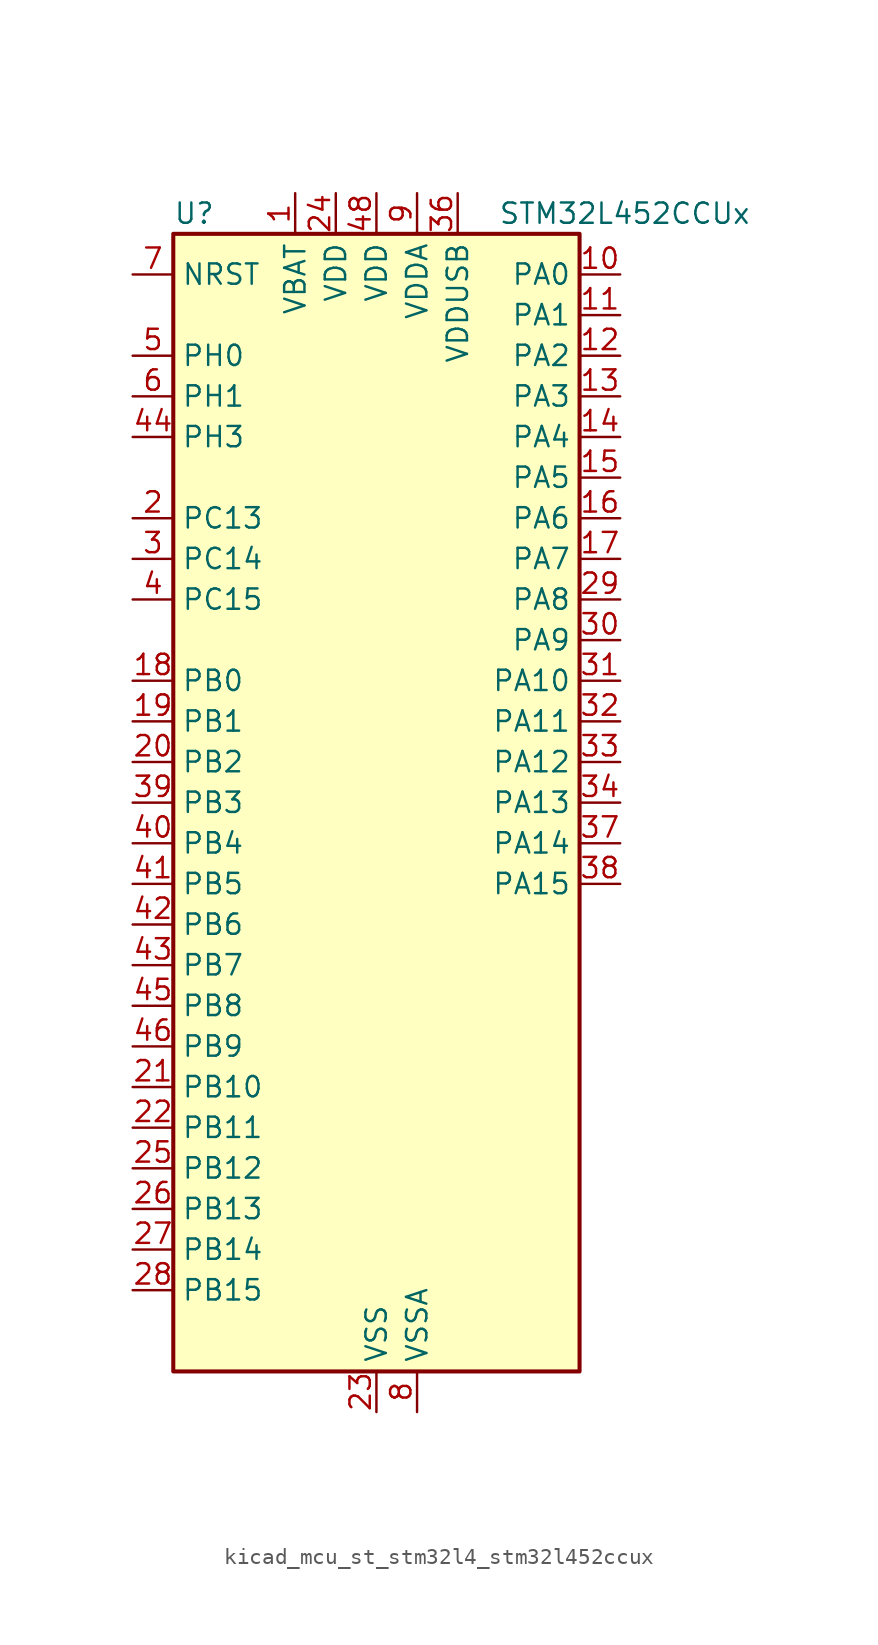
<source format=kicad_sym>
(kicad_symbol_lib
  (version 20220914)
  (generator kicad_symbol_editor)
  (symbol "kicad_mcu_st_stm32l4_stm32l452ccux"
    (property "Reference" "U"
      (at -12.7 36.83 0)
      (effects (font (size 1.27 1.27)) (justify left)))
    (property "Value" "STM32L452CCUx"
      (at 7.62 36.83 0)
      (effects (font (size 1.27 1.27)) (justify left)))
    (property "ki_locked" ""
      (at 0 0 0)
      (effects (font (size 1.27 1.27))))
    (symbol "kicad_mcu_st_stm32l4_stm32l452ccux_0_1"
      (rectangle (start -12.7 -35.56) (end 12.7 35.56) (stroke (width 0.254) (type default)) (fill (type background))))
    (symbol "kicad_mcu_st_stm32l4_stm32l452ccux_1_1"
      (pin power_in line (at -5.08 38.1 270) (length 2.54) (name "VBAT" (effects (font (size 1.27 1.27)))) (number "1" (effects (font (size 1.27 1.27)))))
      (pin bidirectional line (at 15.24 33.02 180) (length 2.54) (name "PA0" (effects (font (size 1.27 1.27)))) (number "10" (effects (font (size 1.27 1.27)))) (alternate "ADC1_IN5" bidirectional line) (alternate "COMP1_INM" bidirectional line) (alternate "COMP1_OUT" bidirectional line) (alternate "OPAMP1_VINP" bidirectional line) (alternate "RTC_TAMP2" bidirectional line) (alternate "SAI1_EXTCLK" bidirectional line) (alternate "SYS_WKUP1" bidirectional line) (alternate "TIM2_CH1" bidirectional line) (alternate "TIM2_ETR" bidirectional line) (alternate "UART4_TX" bidirectional line) (alternate "USART2_CTS" bidirectional line))
      (pin bidirectional line (at 15.24 30.48 180) (length 2.54) (name "PA1" (effects (font (size 1.27 1.27)))) (number "11" (effects (font (size 1.27 1.27)))) (alternate "ADC1_IN6" bidirectional line) (alternate "COMP1_INP" bidirectional line) (alternate "I2C1_SMBA" bidirectional line) (alternate "OPAMP1_VINM" bidirectional line) (alternate "SPI1_SCK" bidirectional line) (alternate "TIM15_CH1N" bidirectional line) (alternate "TIM2_CH2" bidirectional line) (alternate "UART4_RX" bidirectional line) (alternate "USART2_DE" bidirectional line) (alternate "USART2_RTS" bidirectional line))
      (pin bidirectional line (at 15.24 27.94 180) (length 2.54) (name "PA2" (effects (font (size 1.27 1.27)))) (number "12" (effects (font (size 1.27 1.27)))) (alternate "ADC1_IN7" bidirectional line) (alternate "COMP2_INM" bidirectional line) (alternate "COMP2_OUT" bidirectional line) (alternate "LPUART1_TX" bidirectional line) (alternate "QUADSPI_BK1_NCS" bidirectional line) (alternate "RCC_LSCO" bidirectional line) (alternate "SYS_WKUP4" bidirectional line) (alternate "TIM15_CH1" bidirectional line) (alternate "TIM2_CH3" bidirectional line) (alternate "USART2_TX" bidirectional line))
      (pin bidirectional line (at 15.24 25.4 180) (length 2.54) (name "PA3" (effects (font (size 1.27 1.27)))) (number "13" (effects (font (size 1.27 1.27)))) (alternate "ADC1_IN8" bidirectional line) (alternate "COMP2_INP" bidirectional line) (alternate "LPUART1_RX" bidirectional line) (alternate "OPAMP1_VOUT" bidirectional line) (alternate "QUADSPI_CLK" bidirectional line) (alternate "SAI1_MCLK_A" bidirectional line) (alternate "TIM15_CH2" bidirectional line) (alternate "TIM2_CH4" bidirectional line) (alternate "USART2_RX" bidirectional line))
      (pin bidirectional line (at 15.24 22.86 180) (length 2.54) (name "PA4" (effects (font (size 1.27 1.27)))) (number "14" (effects (font (size 1.27 1.27)))) (alternate "ADC1_IN9" bidirectional line) (alternate "COMP1_INM" bidirectional line) (alternate "COMP2_INM" bidirectional line) (alternate "DAC1_OUT1" bidirectional line) (alternate "LPTIM2_OUT" bidirectional line) (alternate "SAI1_FS_B" bidirectional line) (alternate "SPI1_NSS" bidirectional line) (alternate "SPI3_NSS" bidirectional line) (alternate "USART2_CK" bidirectional line))
      (pin bidirectional line (at 15.24 20.32 180) (length 2.54) (name "PA5" (effects (font (size 1.27 1.27)))) (number "15" (effects (font (size 1.27 1.27)))) (alternate "ADC1_IN10" bidirectional line) (alternate "COMP1_INM" bidirectional line) (alternate "COMP2_INM" bidirectional line) (alternate "DFSDM1_CKOUT" bidirectional line) (alternate "LPTIM2_ETR" bidirectional line) (alternate "SPI1_SCK" bidirectional line) (alternate "TIM2_CH1" bidirectional line) (alternate "TIM2_ETR" bidirectional line))
      (pin bidirectional line (at 15.24 17.78 180) (length 2.54) (name "PA6" (effects (font (size 1.27 1.27)))) (number "16" (effects (font (size 1.27 1.27)))) (alternate "ADC1_IN11" bidirectional line) (alternate "COMP1_OUT" bidirectional line) (alternate "LPUART1_CTS" bidirectional line) (alternate "QUADSPI_BK1_IO3" bidirectional line) (alternate "SPI1_MISO" bidirectional line) (alternate "TIM16_CH1" bidirectional line) (alternate "TIM1_BKIN" bidirectional line) (alternate "TIM1_BKIN_COMP2" bidirectional line) (alternate "TIM3_CH1" bidirectional line) (alternate "USART3_CTS" bidirectional line))
      (pin bidirectional line (at 15.24 15.24 180) (length 2.54) (name "PA7" (effects (font (size 1.27 1.27)))) (number "17" (effects (font (size 1.27 1.27)))) (alternate "ADC1_IN12" bidirectional line) (alternate "COMP2_OUT" bidirectional line) (alternate "DFSDM1_DATIN0" bidirectional line) (alternate "I2C3_SCL" bidirectional line) (alternate "QUADSPI_BK1_IO2" bidirectional line) (alternate "SPI1_MOSI" bidirectional line) (alternate "TIM1_CH1N" bidirectional line) (alternate "TIM3_CH2" bidirectional line))
      (pin bidirectional line (at -15.24 7.62 0) (length 2.54) (name "PB0" (effects (font (size 1.27 1.27)))) (number "18" (effects (font (size 1.27 1.27)))) (alternate "ADC1_IN15" bidirectional line) (alternate "COMP1_OUT" bidirectional line) (alternate "DFSDM1_CKIN0" bidirectional line) (alternate "QUADSPI_BK1_IO1" bidirectional line) (alternate "SAI1_EXTCLK" bidirectional line) (alternate "SPI1_NSS" bidirectional line) (alternate "TIM1_CH2N" bidirectional line) (alternate "TIM3_CH3" bidirectional line) (alternate "USART3_CK" bidirectional line))
      (pin bidirectional line (at -15.24 5.08 0) (length 2.54) (name "PB1" (effects (font (size 1.27 1.27)))) (number "19" (effects (font (size 1.27 1.27)))) (alternate "ADC1_IN16" bidirectional line) (alternate "COMP1_INM" bidirectional line) (alternate "DFSDM1_DATIN0" bidirectional line) (alternate "LPTIM2_IN1" bidirectional line) (alternate "LPUART1_DE" bidirectional line) (alternate "LPUART1_RTS" bidirectional line) (alternate "QUADSPI_BK1_IO0" bidirectional line) (alternate "TIM1_CH3N" bidirectional line) (alternate "TIM3_CH4" bidirectional line) (alternate "USART3_DE" bidirectional line) (alternate "USART3_RTS" bidirectional line))
      (pin bidirectional line (at -15.24 17.78 0) (length 2.54) (name "PC13" (effects (font (size 1.27 1.27)))) (number "2" (effects (font (size 1.27 1.27)))) (alternate "RTC_OUT_ALARM" bidirectional line) (alternate "RTC_OUT_CALIB" bidirectional line) (alternate "RTC_TAMP1" bidirectional line) (alternate "RTC_TS" bidirectional line) (alternate "SYS_WKUP2" bidirectional line))
      (pin bidirectional line (at -15.24 2.54 0) (length 2.54) (name "PB2" (effects (font (size 1.27 1.27)))) (number "20" (effects (font (size 1.27 1.27)))) (alternate "COMP1_INP" bidirectional line) (alternate "DFSDM1_CKIN0" bidirectional line) (alternate "I2C3_SMBA" bidirectional line) (alternate "LPTIM1_OUT" bidirectional line) (alternate "RTC_OUT_ALARM" bidirectional line) (alternate "RTC_OUT_CALIB" bidirectional line))
      (pin bidirectional line (at -15.24 -17.78 0) (length 2.54) (name "PB10" (effects (font (size 1.27 1.27)))) (number "21" (effects (font (size 1.27 1.27)))) (alternate "COMP1_OUT" bidirectional line) (alternate "I2C2_SCL" bidirectional line) (alternate "I2C4_SCL" bidirectional line) (alternate "LPUART1_RX" bidirectional line) (alternate "QUADSPI_CLK" bidirectional line) (alternate "SAI1_SCK_A" bidirectional line) (alternate "SPI2_SCK" bidirectional line) (alternate "TIM2_CH3" bidirectional line) (alternate "TSC_SYNC" bidirectional line) (alternate "USART3_TX" bidirectional line))
      (pin bidirectional line (at -15.24 -20.32 0) (length 2.54) (name "PB11" (effects (font (size 1.27 1.27)))) (number "22" (effects (font (size 1.27 1.27)))) (alternate "ADC1_EXTI11" bidirectional line) (alternate "COMP2_OUT" bidirectional line) (alternate "I2C2_SDA" bidirectional line) (alternate "I2C4_SDA" bidirectional line) (alternate "LPUART1_TX" bidirectional line) (alternate "QUADSPI_BK1_NCS" bidirectional line) (alternate "TIM2_CH4" bidirectional line) (alternate "USART3_RX" bidirectional line))
      (pin power_in line (at 0 -38.1 90) (length 2.54) (name "VSS" (effects (font (size 1.27 1.27)))) (number "23" (effects (font (size 1.27 1.27)))))
      (pin power_in line (at -2.54 38.1 270) (length 2.54) (name "VDD" (effects (font (size 1.27 1.27)))) (number "24" (effects (font (size 1.27 1.27)))))
      (pin bidirectional line (at -15.24 -22.86 0) (length 2.54) (name "PB12" (effects (font (size 1.27 1.27)))) (number "25" (effects (font (size 1.27 1.27)))) (alternate "CAN1_RX" bidirectional line) (alternate "DFSDM1_DATIN1" bidirectional line) (alternate "I2C2_SMBA" bidirectional line) (alternate "LPUART1_DE" bidirectional line) (alternate "LPUART1_RTS" bidirectional line) (alternate "SAI1_FS_A" bidirectional line) (alternate "SPI2_NSS" bidirectional line) (alternate "TIM15_BKIN" bidirectional line) (alternate "TIM1_BKIN" bidirectional line) (alternate "TIM1_BKIN_COMP2" bidirectional line) (alternate "TSC_G1_IO1" bidirectional line) (alternate "USART3_CK" bidirectional line))
      (pin bidirectional line (at -15.24 -25.4 0) (length 2.54) (name "PB13" (effects (font (size 1.27 1.27)))) (number "26" (effects (font (size 1.27 1.27)))) (alternate "CAN1_TX" bidirectional line) (alternate "DFSDM1_CKIN1" bidirectional line) (alternate "I2C2_SCL" bidirectional line) (alternate "LPUART1_CTS" bidirectional line) (alternate "SAI1_SCK_A" bidirectional line) (alternate "SPI2_SCK" bidirectional line) (alternate "TIM15_CH1N" bidirectional line) (alternate "TIM1_CH1N" bidirectional line) (alternate "TSC_G1_IO2" bidirectional line) (alternate "USART3_CTS" bidirectional line))
      (pin bidirectional line (at -15.24 -27.94 0) (length 2.54) (name "PB14" (effects (font (size 1.27 1.27)))) (number "27" (effects (font (size 1.27 1.27)))) (alternate "DFSDM1_DATIN2" bidirectional line) (alternate "I2C2_SDA" bidirectional line) (alternate "SAI1_MCLK_A" bidirectional line) (alternate "SPI2_MISO" bidirectional line) (alternate "TIM15_CH1" bidirectional line) (alternate "TIM1_CH2N" bidirectional line) (alternate "TSC_G1_IO3" bidirectional line) (alternate "USART3_DE" bidirectional line) (alternate "USART3_RTS" bidirectional line))
      (pin bidirectional line (at -15.24 -30.48 0) (length 2.54) (name "PB15" (effects (font (size 1.27 1.27)))) (number "28" (effects (font (size 1.27 1.27)))) (alternate "ADC1_EXTI15" bidirectional line) (alternate "DFSDM1_CKIN2" bidirectional line) (alternate "RTC_REFIN" bidirectional line) (alternate "SAI1_SD_A" bidirectional line) (alternate "SPI2_MOSI" bidirectional line) (alternate "TIM15_CH2" bidirectional line) (alternate "TIM1_CH3N" bidirectional line) (alternate "TSC_G1_IO4" bidirectional line))
      (pin bidirectional line (at 15.24 12.7 180) (length 2.54) (name "PA8" (effects (font (size 1.27 1.27)))) (number "29" (effects (font (size 1.27 1.27)))) (alternate "DFSDM1_CKIN1" bidirectional line) (alternate "LPTIM2_OUT" bidirectional line) (alternate "RCC_MCO" bidirectional line) (alternate "SAI1_SCK_A" bidirectional line) (alternate "TIM1_CH1" bidirectional line) (alternate "USART1_CK" bidirectional line))
      (pin bidirectional line (at -15.24 15.24 0) (length 2.54) (name "PC14" (effects (font (size 1.27 1.27)))) (number "3" (effects (font (size 1.27 1.27)))) (alternate "RCC_OSC32_IN" bidirectional line))
      (pin bidirectional line (at 15.24 10.16 180) (length 2.54) (name "PA9" (effects (font (size 1.27 1.27)))) (number "30" (effects (font (size 1.27 1.27)))) (alternate "DAC1_EXTI9" bidirectional line) (alternate "DFSDM1_DATIN1" bidirectional line) (alternate "I2C1_SCL" bidirectional line) (alternate "SAI1_FS_A" bidirectional line) (alternate "TIM15_BKIN" bidirectional line) (alternate "TIM1_CH2" bidirectional line) (alternate "USART1_TX" bidirectional line))
      (pin bidirectional line (at 15.24 7.62 180) (length 2.54) (name "PA10" (effects (font (size 1.27 1.27)))) (number "31" (effects (font (size 1.27 1.27)))) (alternate "CRS_SYNC" bidirectional line) (alternate "I2C1_SDA" bidirectional line) (alternate "SAI1_SD_A" bidirectional line) (alternate "TIM1_CH3" bidirectional line) (alternate "USART1_RX" bidirectional line))
      (pin bidirectional line (at 15.24 5.08 180) (length 2.54) (name "PA11" (effects (font (size 1.27 1.27)))) (number "32" (effects (font (size 1.27 1.27)))) (alternate "ADC1_EXTI11" bidirectional line) (alternate "CAN1_RX" bidirectional line) (alternate "COMP1_OUT" bidirectional line) (alternate "SPI1_MISO" bidirectional line) (alternate "TIM1_BKIN2" bidirectional line) (alternate "TIM1_BKIN2_COMP1" bidirectional line) (alternate "TIM1_CH4" bidirectional line) (alternate "USART1_CTS" bidirectional line) (alternate "USB_DM" bidirectional line))
      (pin bidirectional line (at 15.24 2.54 180) (length 2.54) (name "PA12" (effects (font (size 1.27 1.27)))) (number "33" (effects (font (size 1.27 1.27)))) (alternate "CAN1_TX" bidirectional line) (alternate "SPI1_MOSI" bidirectional line) (alternate "TIM1_ETR" bidirectional line) (alternate "USART1_DE" bidirectional line) (alternate "USART1_RTS" bidirectional line) (alternate "USB_DP" bidirectional line))
      (pin bidirectional line (at 15.24 0 180) (length 2.54) (name "PA13" (effects (font (size 1.27 1.27)))) (number "34" (effects (font (size 1.27 1.27)))) (alternate "IR_OUT" bidirectional line) (alternate "SAI1_SD_B" bidirectional line) (alternate "SYS_JTMS-SWDIO" bidirectional line) (alternate "USB_NOE" bidirectional line))
      (pin passive line (at 0 -38.1 90) (length 2.54) hide (name "VSS" (effects (font (size 1.27 1.27)))) (number "35" (effects (font (size 1.27 1.27)))))
      (pin power_in line (at 5.08 38.1 270) (length 2.54) (name "VDDUSB" (effects (font (size 1.27 1.27)))) (number "36" (effects (font (size 1.27 1.27)))))
      (pin bidirectional line (at 15.24 -2.54 180) (length 2.54) (name "PA14" (effects (font (size 1.27 1.27)))) (number "37" (effects (font (size 1.27 1.27)))) (alternate "I2C1_SMBA" bidirectional line) (alternate "I2C4_SMBA" bidirectional line) (alternate "LPTIM1_OUT" bidirectional line) (alternate "SAI1_FS_B" bidirectional line) (alternate "SYS_JTCK-SWCLK" bidirectional line))
      (pin bidirectional line (at 15.24 -5.08 180) (length 2.54) (name "PA15" (effects (font (size 1.27 1.27)))) (number "38" (effects (font (size 1.27 1.27)))) (alternate "ADC1_EXTI15" bidirectional line) (alternate "SPI1_NSS" bidirectional line) (alternate "SPI3_NSS" bidirectional line) (alternate "SYS_JTDI" bidirectional line) (alternate "TIM2_CH1" bidirectional line) (alternate "TIM2_ETR" bidirectional line) (alternate "UART4_DE" bidirectional line) (alternate "UART4_RTS" bidirectional line) (alternate "USART2_RX" bidirectional line) (alternate "USART3_DE" bidirectional line) (alternate "USART3_RTS" bidirectional line))
      (pin bidirectional line (at -15.24 0 0) (length 2.54) (name "PB3" (effects (font (size 1.27 1.27)))) (number "39" (effects (font (size 1.27 1.27)))) (alternate "COMP2_INM" bidirectional line) (alternate "SAI1_SCK_B" bidirectional line) (alternate "SPI1_SCK" bidirectional line) (alternate "SPI3_SCK" bidirectional line) (alternate "SYS_JTDO-SWO" bidirectional line) (alternate "TIM2_CH2" bidirectional line) (alternate "USART1_DE" bidirectional line) (alternate "USART1_RTS" bidirectional line))
      (pin bidirectional line (at -15.24 12.7 0) (length 2.54) (name "PC15" (effects (font (size 1.27 1.27)))) (number "4" (effects (font (size 1.27 1.27)))) (alternate "ADC1_EXTI15" bidirectional line) (alternate "RCC_OSC32_OUT" bidirectional line))
      (pin bidirectional line (at -15.24 -2.54 0) (length 2.54) (name "PB4" (effects (font (size 1.27 1.27)))) (number "40" (effects (font (size 1.27 1.27)))) (alternate "COMP2_INP" bidirectional line) (alternate "I2C3_SDA" bidirectional line) (alternate "SAI1_MCLK_B" bidirectional line) (alternate "SPI1_MISO" bidirectional line) (alternate "SPI3_MISO" bidirectional line) (alternate "SYS_JTRST" bidirectional line) (alternate "TIM3_CH1" bidirectional line) (alternate "TSC_G2_IO1" bidirectional line) (alternate "USART1_CTS" bidirectional line))
      (pin bidirectional line (at -15.24 -5.08 0) (length 2.54) (name "PB5" (effects (font (size 1.27 1.27)))) (number "41" (effects (font (size 1.27 1.27)))) (alternate "CAN1_RX" bidirectional line) (alternate "COMP2_OUT" bidirectional line) (alternate "I2C1_SMBA" bidirectional line) (alternate "LPTIM1_IN1" bidirectional line) (alternate "SAI1_SD_B" bidirectional line) (alternate "SPI1_MOSI" bidirectional line) (alternate "SPI3_MOSI" bidirectional line) (alternate "TIM16_BKIN" bidirectional line) (alternate "TIM3_CH2" bidirectional line) (alternate "TSC_G2_IO2" bidirectional line) (alternate "USART1_CK" bidirectional line))
      (pin bidirectional line (at -15.24 -7.62 0) (length 2.54) (name "PB6" (effects (font (size 1.27 1.27)))) (number "42" (effects (font (size 1.27 1.27)))) (alternate "CAN1_TX" bidirectional line) (alternate "COMP2_INP" bidirectional line) (alternate "I2C1_SCL" bidirectional line) (alternate "I2C4_SCL" bidirectional line) (alternate "LPTIM1_ETR" bidirectional line) (alternate "SAI1_FS_B" bidirectional line) (alternate "TIM16_CH1N" bidirectional line) (alternate "TSC_G2_IO3" bidirectional line) (alternate "USART1_TX" bidirectional line))
      (pin bidirectional line (at -15.24 -10.16 0) (length 2.54) (name "PB7" (effects (font (size 1.27 1.27)))) (number "43" (effects (font (size 1.27 1.27)))) (alternate "COMP2_INM" bidirectional line) (alternate "I2C1_SDA" bidirectional line) (alternate "I2C4_SDA" bidirectional line) (alternate "LPTIM1_IN2" bidirectional line) (alternate "SYS_PVD_IN" bidirectional line) (alternate "TSC_G2_IO4" bidirectional line) (alternate "UART4_CTS" bidirectional line) (alternate "USART1_RX" bidirectional line))
      (pin bidirectional line (at -15.24 22.86 0) (length 2.54) (name "PH3" (effects (font (size 1.27 1.27)))) (number "44" (effects (font (size 1.27 1.27)))))
      (pin bidirectional line (at -15.24 -12.7 0) (length 2.54) (name "PB8" (effects (font (size 1.27 1.27)))) (number "45" (effects (font (size 1.27 1.27)))) (alternate "CAN1_RX" bidirectional line) (alternate "I2C1_SCL" bidirectional line) (alternate "SAI1_MCLK_A" bidirectional line) (alternate "TIM16_CH1" bidirectional line))
      (pin bidirectional line (at -15.24 -15.24 0) (length 2.54) (name "PB9" (effects (font (size 1.27 1.27)))) (number "46" (effects (font (size 1.27 1.27)))) (alternate "CAN1_TX" bidirectional line) (alternate "DAC1_EXTI9" bidirectional line) (alternate "I2C1_SDA" bidirectional line) (alternate "IR_OUT" bidirectional line) (alternate "SAI1_FS_A" bidirectional line) (alternate "SPI2_NSS" bidirectional line))
      (pin passive line (at 0 -38.1 90) (length 2.54) hide (name "VSS" (effects (font (size 1.27 1.27)))) (number "47" (effects (font (size 1.27 1.27)))))
      (pin power_in line (at 0 38.1 270) (length 2.54) (name "VDD" (effects (font (size 1.27 1.27)))) (number "48" (effects (font (size 1.27 1.27)))))
      (pin passive line (at 0 -38.1 90) (length 2.54) hide (name "VSS" (effects (font (size 1.27 1.27)))) (number "49" (effects (font (size 1.27 1.27)))))
      (pin bidirectional line (at -15.24 27.94 0) (length 2.54) (name "PH0" (effects (font (size 1.27 1.27)))) (number "5" (effects (font (size 1.27 1.27)))) (alternate "RCC_OSC_IN" bidirectional line))
      (pin bidirectional line (at -15.24 25.4 0) (length 2.54) (name "PH1" (effects (font (size 1.27 1.27)))) (number "6" (effects (font (size 1.27 1.27)))) (alternate "RCC_OSC_OUT" bidirectional line))
      (pin input line (at -15.24 33.02 0) (length 2.54) (name "NRST" (effects (font (size 1.27 1.27)))) (number "7" (effects (font (size 1.27 1.27)))))
      (pin power_in line (at 2.54 -38.1 90) (length 2.54) (name "VSSA" (effects (font (size 1.27 1.27)))) (number "8" (effects (font (size 1.27 1.27)))))
      (pin power_in line (at 2.54 38.1 270) (length 2.54) (name "VDDA" (effects (font (size 1.27 1.27)))) (number "9" (effects (font (size 1.27 1.27))))))))
</source>
